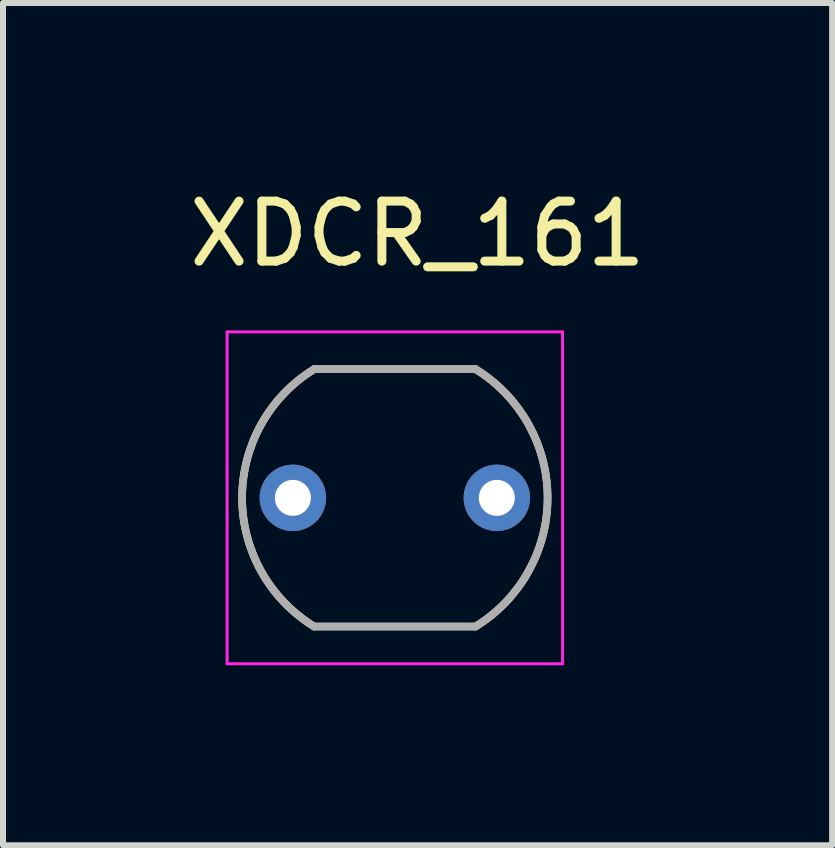
<source format=kicad_pcb>
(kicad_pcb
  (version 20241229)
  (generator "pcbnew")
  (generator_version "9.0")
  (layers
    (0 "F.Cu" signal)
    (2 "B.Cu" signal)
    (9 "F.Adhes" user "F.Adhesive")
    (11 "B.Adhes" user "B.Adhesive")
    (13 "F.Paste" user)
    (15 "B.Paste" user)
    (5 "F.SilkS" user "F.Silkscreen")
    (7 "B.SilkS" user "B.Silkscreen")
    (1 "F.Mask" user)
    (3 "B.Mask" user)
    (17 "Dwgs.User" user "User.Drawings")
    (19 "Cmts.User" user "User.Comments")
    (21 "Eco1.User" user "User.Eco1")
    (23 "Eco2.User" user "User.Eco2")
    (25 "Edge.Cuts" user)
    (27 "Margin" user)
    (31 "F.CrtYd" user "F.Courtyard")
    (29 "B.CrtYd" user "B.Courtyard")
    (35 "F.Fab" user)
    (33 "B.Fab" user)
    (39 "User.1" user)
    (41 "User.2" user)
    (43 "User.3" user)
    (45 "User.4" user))
  (footprint "XDCR_161"
    (layer "F.Cu")
    (at 3.532 5.249)
    (property "Reference" "XDCR_161" (at 0.379 -4.401 0) (layer "F.SilkS") (effects (font (size 1 1) (thickness 0.15))))
    (attr through_hole)
    (fp_line (start -1.345 -2.145) (end 1.345 -2.145) (stroke (width 0.127) (type solid)) (layer "F.SilkS"))
    (fp_line (start 1.345 2.145) (end -1.345 2.145) (stroke (width 0.127) (type solid)) (layer "F.SilkS"))
    (fp_arc (start -1.345 2.145) (mid -2.546258 0) (end -1.345 -2.145) (stroke (width 0.127) (type solid)) (layer "F.SilkS"))
    (fp_arc (start 1.345 -2.145) (mid 2.546258 0) (end 1.345 2.145) (stroke (width 0.127) (type solid)) (layer "F.SilkS"))
    (fp_line (start -2.796 -2.766) (end -2.796 2.766) (stroke (width 0.05) (type solid)) (layer "F.CrtYd"))
    (fp_line (start -2.796 2.766) (end 2.796 2.766) (stroke (width 0.05) (type solid)) (layer "F.CrtYd"))
    (fp_line (start 2.796 -2.766) (end -2.796 -2.766) (stroke (width 0.05) (type solid)) (layer "F.CrtYd"))
    (fp_line (start 2.796 2.766) (end 2.796 -2.766) (stroke (width 0.05) (type solid)) (layer "F.CrtYd"))
    (fp_line (start -1.345 -2.145) (end 1.345 -2.145) (stroke (width 0.127) (type solid)) (layer "F.Fab"))
    (fp_line (start 1.345 2.145) (end -1.345 2.145) (stroke (width 0.127) (type solid)) (layer "F.Fab"))
    (fp_arc (start -1.345 2.145) (mid -2.546258 0) (end -1.345 -2.145) (stroke (width 0.127) (type solid)) (layer "F.Fab"))
    (fp_arc (start 1.345 -2.145) (mid 2.546258 0) (end 1.345 2.145) (stroke (width 0.127) (type solid)) (layer "F.Fab"))
    (pad "1" thru_hole circle (at -1.7 0) (size 1.108 1.108) (drill 0.6) (layers "*.Cu" "*.Mask"))
    (pad "2" thru_hole circle (at 1.7 0) (size 1.108 1.108) (drill 0.6) (layers "*.Cu" "*.Mask")))
  (gr_rect
    (start -3 -3)
    (end 10.821 11.04)
    (stroke (width 0.1) (type default))
    (fill no)
    (layer "Edge.Cuts")))
</source>
